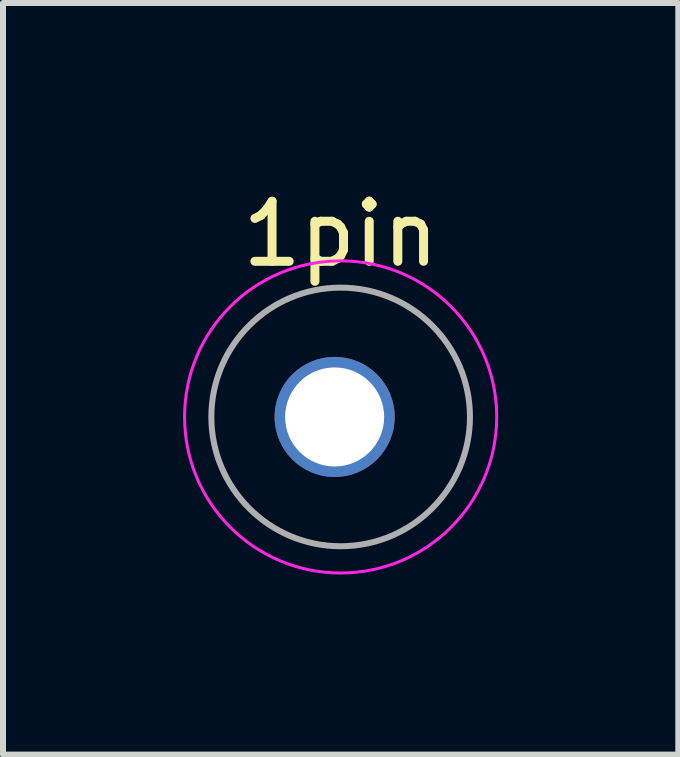
<source format=kicad_pcb>
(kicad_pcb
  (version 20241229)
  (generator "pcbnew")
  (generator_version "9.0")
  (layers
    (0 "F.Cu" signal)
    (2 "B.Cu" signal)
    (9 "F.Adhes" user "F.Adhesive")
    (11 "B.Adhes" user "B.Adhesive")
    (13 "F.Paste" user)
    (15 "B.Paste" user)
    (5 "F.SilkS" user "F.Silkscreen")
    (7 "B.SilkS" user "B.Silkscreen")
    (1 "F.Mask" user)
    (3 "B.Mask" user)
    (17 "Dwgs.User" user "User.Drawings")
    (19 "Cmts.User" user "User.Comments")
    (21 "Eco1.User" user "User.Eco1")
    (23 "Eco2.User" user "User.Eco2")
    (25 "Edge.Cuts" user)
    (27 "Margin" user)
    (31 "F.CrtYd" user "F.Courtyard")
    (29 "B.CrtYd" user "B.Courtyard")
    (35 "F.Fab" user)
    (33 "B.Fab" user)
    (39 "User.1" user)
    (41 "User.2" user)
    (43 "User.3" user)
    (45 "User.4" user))
  (footprint "1pin"
    (layer "F.Cu")
    (at 2.625 3.896)
    (property "Reference" "1pin" (at 0 -3.048 0) (layer "F.SilkS") (effects (font (size 1 1) (thickness 0.15))))
    (attr through_hole)
    (fp_circle (center 0 0) (end 2.6 0) (stroke (width 0.05) (type solid)) (fill no) (layer "F.CrtYd"))
    (fp_circle (center 0 0) (end 2 0.8) (stroke (width 0.1) (type solid)) (fill no) (layer "F.Fab"))
    (pad "" np_thru_hole circle (at -0.1 0) (size 2 2) (drill 1.65) (layers "*.Cu" "*.Mask")))
  (gr_rect
    (start -3 -3)
    (end 8.25 9.521)
    (stroke (width 0.1) (type default))
    (fill no)
    (layer "Edge.Cuts")))
</source>
